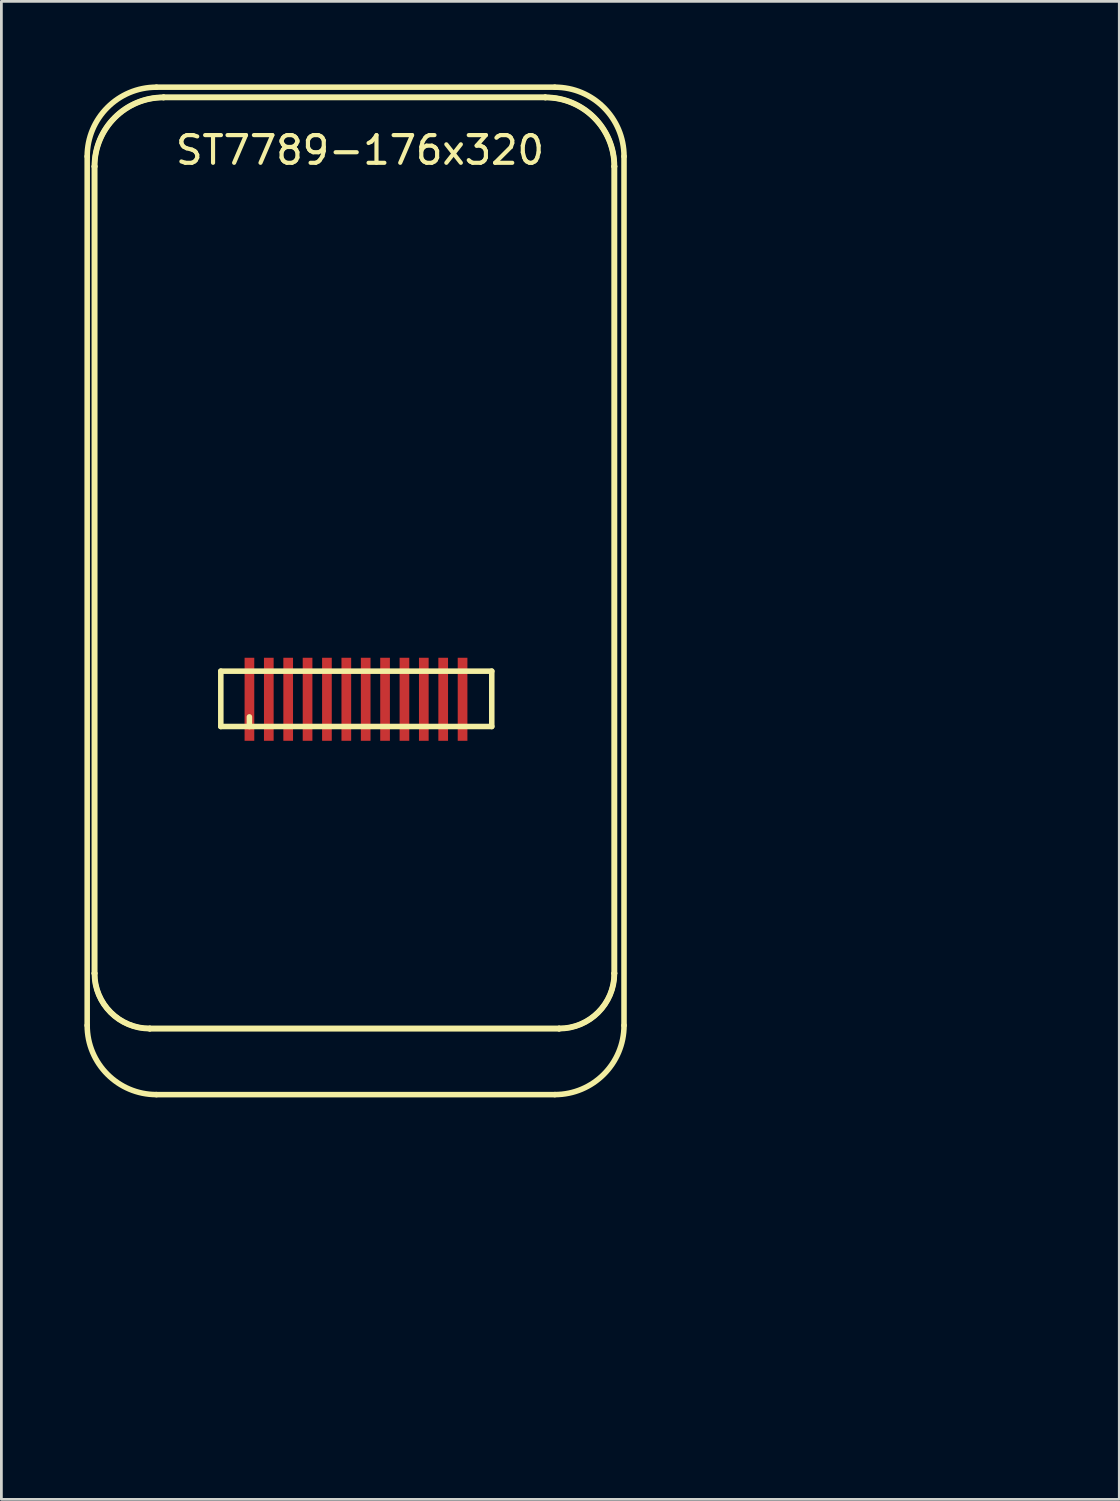
<source format=kicad_pcb>
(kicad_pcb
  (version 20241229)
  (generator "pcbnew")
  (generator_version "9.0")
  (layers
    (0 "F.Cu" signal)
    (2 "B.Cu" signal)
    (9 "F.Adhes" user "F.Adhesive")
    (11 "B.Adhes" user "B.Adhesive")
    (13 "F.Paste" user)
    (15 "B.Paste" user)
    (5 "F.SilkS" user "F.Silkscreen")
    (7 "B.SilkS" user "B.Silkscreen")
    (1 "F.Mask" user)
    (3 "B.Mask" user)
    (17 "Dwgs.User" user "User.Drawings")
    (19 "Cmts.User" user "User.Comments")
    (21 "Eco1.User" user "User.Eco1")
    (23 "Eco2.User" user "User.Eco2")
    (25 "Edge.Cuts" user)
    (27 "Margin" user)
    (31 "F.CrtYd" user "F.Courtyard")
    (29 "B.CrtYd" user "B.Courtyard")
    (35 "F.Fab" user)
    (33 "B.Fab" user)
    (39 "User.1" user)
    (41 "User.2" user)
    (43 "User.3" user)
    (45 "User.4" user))
  (footprint "ST7789-176x320"
    (layer "F.Cu")
    (at 34.137 47.867)
    (property "Reference" "ST7789-176x320" (at -24.181 -45.491 0) (layer "F.SilkS") (effects (font (size 1 1) (thickness 0.15))))
    (attr through_hole)
    (fp_line (start -34.037 -45.267) (end -34.037 -13.872) (stroke (width 0.2) (type solid)) (layer "F.SilkS"))
    (fp_line (start -33.777 -44.904) (end -33.767 -44.904) (stroke (width 0.2) (type solid)) (layer "F.SilkS"))
    (fp_line (start -33.777 -15.754) (end -33.777 -44.904) (stroke (width 0.2) (type solid)) (layer "F.SilkS"))
    (fp_line (start -33.767 -44.904) (end -33.767 -15.754) (stroke (width 0.2) (type solid)) (layer "F.SilkS"))
    (fp_line (start -33.767 -15.754) (end -33.777 -15.754) (stroke (width 0.2) (type solid)) (layer "F.SilkS"))
    (fp_line (start -31.777 -13.764) (end -31.777 -13.754) (stroke (width 0.2) (type solid)) (layer "F.SilkS"))
    (fp_line (start -31.777 -13.764) (end -16.987 -13.764) (stroke (width 0.2) (type solid)) (layer "F.SilkS"))
    (fp_line (start -31.537 -11.372) (end -17.143 -11.372) (stroke (width 0.2) (type solid)) (layer "F.SilkS"))
    (fp_line (start -31.277 -47.404) (end -31.277 -47.394) (stroke (width 0.2) (type solid)) (layer "F.SilkS"))
    (fp_line (start -31.277 -47.404) (end -17.487 -47.404) (stroke (width 0.2) (type solid)) (layer "F.SilkS"))
    (fp_line (start -29.21 -26.67) (end -29.21 -24.67) (stroke (width 0.2) (type solid)) (layer "F.SilkS"))
    (fp_line (start -29.21 -26.67) (end -19.421 -26.67) (stroke (width 0.2) (type solid)) (layer "F.SilkS"))
    (fp_line (start -29.21 -24.67) (end -19.421 -24.67) (stroke (width 0.2) (type solid)) (layer "F.SilkS"))
    (fp_line (start -28.177 -24.67) (end -28.177 -25.018) (stroke (width 0.2) (type solid)) (layer "F.SilkS"))
    (fp_line (start -19.421 -26.67) (end -19.421 -24.67) (stroke (width 0.2) (type solid)) (layer "F.SilkS"))
    (fp_line (start -17.487 -47.404) (end -17.487 -47.394) (stroke (width 0.2) (type solid)) (layer "F.SilkS"))
    (fp_line (start -17.487 -47.394) (end -31.277 -47.394) (stroke (width 0.2) (type solid)) (layer "F.SilkS"))
    (fp_line (start -17.143 -47.767) (end -31.537 -47.767) (stroke (width 0.2) (type solid)) (layer "F.SilkS"))
    (fp_line (start -16.987 -13.764) (end -16.987 -13.754) (stroke (width 0.2) (type solid)) (layer "F.SilkS"))
    (fp_line (start -16.987 -13.754) (end -31.777 -13.754) (stroke (width 0.2) (type solid)) (layer "F.SilkS"))
    (fp_line (start -14.997 -15.754) (end -14.997 -44.904) (stroke (width 0.2) (type solid)) (layer "F.SilkS"))
    (fp_line (start -14.997 -15.754) (end -14.987 -15.754) (stroke (width 0.2) (type solid)) (layer "F.SilkS"))
    (fp_line (start -14.987 -44.904) (end -14.997 -44.904) (stroke (width 0.2) (type solid)) (layer "F.SilkS"))
    (fp_line (start -14.987 -44.904) (end -14.987 -15.754) (stroke (width 0.2) (type solid)) (layer "F.SilkS"))
    (fp_line (start -14.643 -13.872) (end -14.643 -45.267) (stroke (width 0.2) (type solid)) (layer "F.SilkS"))
    (fp_arc (start -34.037171 -45.266898) (mid -33.304938 -47.034665) (end -31.537171 -47.766898) (stroke (width 0.2) (type solid)) (layer "F.SilkS"))
    (fp_arc (start -33.777395 -44.903545) (mid -33.045162 -46.671311) (end -31.277396 -47.403544) (stroke (width 0.2) (type solid)) (layer "F.SilkS"))
    (fp_arc (start -33.767395 -44.903545) (mid -33.038091 -46.66424) (end -31.277396 -47.393544) (stroke (width 0.2) (type solid)) (layer "F.SilkS"))
    (fp_arc (start -31.777396 -13.763545) (mid -33.184538 -14.346403) (end -33.767396 -15.753545) (stroke (width 0.2) (type solid)) (layer "F.SilkS"))
    (fp_arc (start -31.777396 -13.753545) (mid -33.19161 -14.339331) (end -33.777396 -15.753545) (stroke (width 0.2) (type solid)) (layer "F.SilkS"))
    (fp_arc (start -31.537171 -11.372368) (mid -33.304938 -12.104601) (end -34.037171 -13.872368) (stroke (width 0.2) (type solid)) (layer "F.SilkS"))
    (fp_arc (start -17.487396 -47.403545) (mid -15.719629 -46.671312) (end -14.987396 -44.903545) (stroke (width 0.2) (type solid)) (layer "F.SilkS"))
    (fp_arc (start -17.487396 -47.393545) (mid -15.7267 -46.664241) (end -14.997396 -44.903545) (stroke (width 0.2) (type solid)) (layer "F.SilkS"))
    (fp_arc (start -17.142587 -47.766898) (mid -15.37482 -47.034665) (end -14.642587 -45.266898) (stroke (width 0.2) (type solid)) (layer "F.SilkS"))
    (fp_arc (start -14.997396 -15.753545) (mid -15.580254 -14.346403) (end -16.987396 -13.763545) (stroke (width 0.2) (type solid)) (layer "F.SilkS"))
    (fp_arc (start -14.987396 -15.753545) (mid -15.573182 -14.339331) (end -16.987396 -13.753545) (stroke (width 0.2) (type solid)) (layer "F.SilkS"))
    (fp_arc (start -14.642587 -13.872368) (mid -15.37482 -12.104601) (end -17.142587 -11.372368) (stroke (width 0.2) (type solid)) (layer "F.SilkS"))
    (pad "1" smd rect (at -20.476 -25.654 180) (size 0.35 3) (layers "F.Cu" "F.Mask" "F.Paste"))
    (pad "2" smd rect (at -21.176 -25.654 180) (size 0.35 3) (layers "F.Cu" "F.Mask" "F.Paste"))
    (pad "3" smd rect (at -21.876 -25.654 180) (size 0.35 3) (layers "F.Cu" "F.Mask" "F.Paste"))
    (pad "4" smd rect (at -22.576 -25.654 180) (size 0.35 3) (layers "F.Cu" "F.Mask" "F.Paste"))
    (pad "5" smd rect (at -23.276 -25.654 180) (size 0.35 3) (layers "F.Cu" "F.Mask" "F.Paste"))
    (pad "6" smd rect (at -23.976 -25.654 180) (size 0.35 3) (layers "F.Cu" "F.Mask" "F.Paste"))
    (pad "7" smd rect (at -24.676 -25.654 180) (size 0.35 3) (layers "F.Cu" "F.Mask" "F.Paste"))
    (pad "8" smd rect (at -25.376 -25.654 180) (size 0.35 3) (layers "F.Cu" "F.Mask" "F.Paste"))
    (pad "9" smd rect (at -26.076 -25.654 180) (size 0.35 3) (layers "F.Cu" "F.Mask" "F.Paste"))
    (pad "10" smd rect (at -26.776 -25.654 180) (size 0.35 3) (layers "F.Cu" "F.Mask" "F.Paste"))
    (pad "11" smd rect (at -27.476 -25.654 180) (size 0.35 3) (layers "F.Cu" "F.Mask" "F.Paste"))
    (pad "12" smd rect (at -28.176 -25.654 180) (size 0.35 3) (layers "F.Cu" "F.Mask" "F.Paste")))
  (gr_rect
    (start -3 -3)
    (end 37.387 51.117)
    (stroke (width 0.1) (type default))
    (fill no)
    (layer "Edge.Cuts")))
</source>
